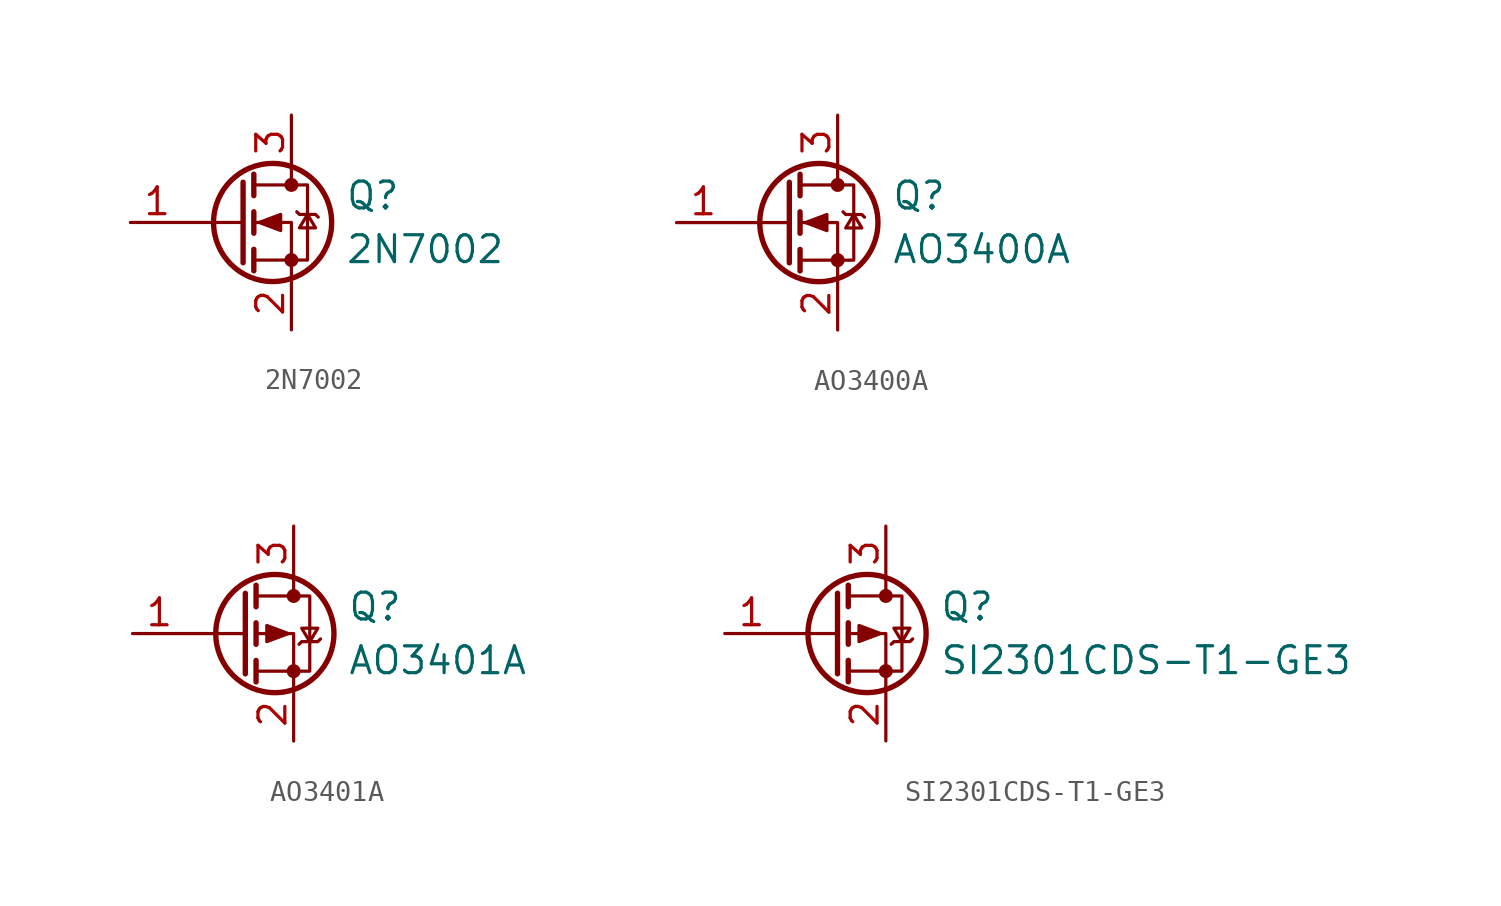
<source format=kicad_sym>
(kicad_symbol_lib
  (version 20241209)
  (generator "kicad_symbol_editor")
  (generator_version "9.0")
  (symbol "2N7002"
    (pin_names
      (offset 0)
      (hide yes))
    (property "Reference" "Q"
      (at 5.08 1.27 0)
      (effects (font (size 1.27 1.27)) (justify left)))
    (property "Value" "2N7002"
      (at 5.08 -1.27 0)
      (effects (font (size 1.27 1.27)) (justify left)))
    (symbol "2N7002_0_1"
      (polyline (pts (xy 0.254 1.905) (xy 0.254 -1.905)) (stroke (width 0.254) (type default)) (fill (type none)))
      (polyline (pts (xy 0.254 0) (xy -2.54 0)) (stroke (width 0) (type default)) (fill (type none)))
      (polyline (pts (xy 0.762 2.286) (xy 0.762 1.27)) (stroke (width 0.254) (type default)) (fill (type none)))
      (polyline (pts (xy 0.762 0.508) (xy 0.762 -0.508)) (stroke (width 0.254) (type default)) (fill (type none)))
      (polyline (pts (xy 0.762 -1.27) (xy 0.762 -2.286)) (stroke (width 0.254) (type default)) (fill (type none)))
      (polyline (pts (xy 0.762 -1.778) (xy 3.302 -1.778) (xy 3.302 1.778) (xy 0.762 1.778)) (stroke (width 0) (type default)) (fill (type none)))
      (polyline (pts (xy 1.016 0) (xy 2.032 0.381) (xy 2.032 -0.381) (xy 1.016 0)) (stroke (width 0) (type default)) (fill (type outline)))
      (circle (center 1.651 0) (radius 2.794) (stroke (width 0.254) (type default)) (fill (type none)))
      (polyline (pts (xy 2.54 2.54) (xy 2.54 1.778)) (stroke (width 0) (type default)) (fill (type none)))
      (circle (center 2.54 1.778) (radius 0.254) (stroke (width 0) (type default)) (fill (type outline)))
      (circle (center 2.54 -1.778) (radius 0.254) (stroke (width 0) (type default)) (fill (type outline)))
      (polyline (pts (xy 2.54 -2.54) (xy 2.54 0) (xy 0.762 0)) (stroke (width 0) (type default)) (fill (type none)))
      (polyline (pts (xy 2.794 0.508) (xy 2.921 0.381) (xy 3.683 0.381) (xy 3.81 0.254)) (stroke (width 0) (type default)) (fill (type none)))
      (polyline (pts (xy 3.302 0.381) (xy 2.921 -0.254) (xy 3.683 -0.254) (xy 3.302 0.381)) (stroke (width 0) (type default)) (fill (type none))))
    (symbol "2N7002_1_1"
      (pin input line (at -5.08 0 0) (length 2.54) (name "G" (effects (font (size 1.27 1.27)))) (number "1" (effects (font (size 1.27 1.27)))))
      (pin passive line (at 2.54 5.08 270) (length 2.54) (name "D" (effects (font (size 1.27 1.27)))) (number "3" (effects (font (size 1.27 1.27)))))
      (pin passive line (at 2.54 -5.08 90) (length 2.54) (name "S" (effects (font (size 1.27 1.27)))) (number "2" (effects (font (size 1.27 1.27)))))))
  (symbol "AO3400A"
    (pin_names
      (offset 0)
      (hide yes))
    (property "Reference" "Q"
      (at 5.08 1.27 0)
      (effects (font (size 1.27 1.27)) (justify left)))
    (property "Value" "AO3400A"
      (at 5.08 -1.27 0)
      (effects (font (size 1.27 1.27)) (justify left)))
    (symbol "AO3400A_0_1"
      (polyline (pts (xy 0.254 1.905) (xy 0.254 -1.905)) (stroke (width 0.254) (type default)) (fill (type none)))
      (polyline (pts (xy 0.254 0) (xy -2.54 0)) (stroke (width 0) (type default)) (fill (type none)))
      (polyline (pts (xy 0.762 2.286) (xy 0.762 1.27)) (stroke (width 0.254) (type default)) (fill (type none)))
      (polyline (pts (xy 0.762 0.508) (xy 0.762 -0.508)) (stroke (width 0.254) (type default)) (fill (type none)))
      (polyline (pts (xy 0.762 -1.27) (xy 0.762 -2.286)) (stroke (width 0.254) (type default)) (fill (type none)))
      (polyline (pts (xy 0.762 -1.778) (xy 3.302 -1.778) (xy 3.302 1.778) (xy 0.762 1.778)) (stroke (width 0) (type default)) (fill (type none)))
      (polyline (pts (xy 1.016 0) (xy 2.032 0.381) (xy 2.032 -0.381) (xy 1.016 0)) (stroke (width 0) (type default)) (fill (type outline)))
      (circle (center 1.651 0) (radius 2.794) (stroke (width 0.254) (type default)) (fill (type none)))
      (polyline (pts (xy 2.54 2.54) (xy 2.54 1.778)) (stroke (width 0) (type default)) (fill (type none)))
      (circle (center 2.54 1.778) (radius 0.254) (stroke (width 0) (type default)) (fill (type outline)))
      (circle (center 2.54 -1.778) (radius 0.254) (stroke (width 0) (type default)) (fill (type outline)))
      (polyline (pts (xy 2.54 -2.54) (xy 2.54 0) (xy 0.762 0)) (stroke (width 0) (type default)) (fill (type none)))
      (polyline (pts (xy 2.794 0.508) (xy 2.921 0.381) (xy 3.683 0.381) (xy 3.81 0.254)) (stroke (width 0) (type default)) (fill (type none)))
      (polyline (pts (xy 3.302 0.381) (xy 2.921 -0.254) (xy 3.683 -0.254) (xy 3.302 0.381)) (stroke (width 0) (type default)) (fill (type none))))
    (symbol "AO3400A_1_1"
      (pin input line (at -5.08 0 0) (length 2.54) (name "G" (effects (font (size 1.27 1.27)))) (number "1" (effects (font (size 1.27 1.27)))))
      (pin passive line (at 2.54 5.08 270) (length 2.54) (name "D" (effects (font (size 1.27 1.27)))) (number "3" (effects (font (size 1.27 1.27)))))
      (pin passive line (at 2.54 -5.08 90) (length 2.54) (name "S" (effects (font (size 1.27 1.27)))) (number "2" (effects (font (size 1.27 1.27)))))))
  (symbol "AO3401A"
    (pin_names
      (offset 0)
      (hide yes))
    (property "Reference" "Q"
      (at 5.08 1.27 0)
      (effects (font (size 1.27 1.27)) (justify left)))
    (property "Value" "AO3401A"
      (at 5.08 -1.27 0)
      (effects (font (size 1.27 1.27)) (justify left)))
    (symbol "AO3401A_0_1"
      (polyline (pts (xy 0.254 1.905) (xy 0.254 -1.905)) (stroke (width 0.254) (type default)) (fill (type none)))
      (polyline (pts (xy 0.254 0) (xy -2.54 0)) (stroke (width 0) (type default)) (fill (type none)))
      (polyline (pts (xy 0.762 2.286) (xy 0.762 1.27)) (stroke (width 0.254) (type default)) (fill (type none)))
      (polyline (pts (xy 0.762 1.778) (xy 3.302 1.778) (xy 3.302 -1.778) (xy 0.762 -1.778)) (stroke (width 0) (type default)) (fill (type none)))
      (polyline (pts (xy 0.762 0.508) (xy 0.762 -0.508)) (stroke (width 0.254) (type default)) (fill (type none)))
      (polyline (pts (xy 0.762 -1.27) (xy 0.762 -2.286)) (stroke (width 0.254) (type default)) (fill (type none)))
      (circle (center 1.651 0) (radius 2.794) (stroke (width 0.254) (type default)) (fill (type none)))
      (polyline (pts (xy 2.286 0) (xy 1.27 0.381) (xy 1.27 -0.381) (xy 2.286 0)) (stroke (width 0) (type default)) (fill (type outline)))
      (polyline (pts (xy 2.54 2.54) (xy 2.54 1.778)) (stroke (width 0) (type default)) (fill (type none)))
      (circle (center 2.54 1.778) (radius 0.254) (stroke (width 0) (type default)) (fill (type outline)))
      (circle (center 2.54 -1.778) (radius 0.254) (stroke (width 0) (type default)) (fill (type outline)))
      (polyline (pts (xy 2.54 -2.54) (xy 2.54 0) (xy 0.762 0)) (stroke (width 0) (type default)) (fill (type none)))
      (polyline (pts (xy 2.794 -0.508) (xy 2.921 -0.381) (xy 3.683 -0.381) (xy 3.81 -0.254)) (stroke (width 0) (type default)) (fill (type none)))
      (polyline (pts (xy 3.302 -0.381) (xy 2.921 0.254) (xy 3.683 0.254) (xy 3.302 -0.381)) (stroke (width 0) (type default)) (fill (type none))))
    (symbol "AO3401A_1_1"
      (pin input line (at -5.08 0 0) (length 2.54) (name "G" (effects (font (size 1.27 1.27)))) (number "1" (effects (font (size 1.27 1.27)))))
      (pin passive line (at 2.54 5.08 270) (length 2.54) (name "D" (effects (font (size 1.27 1.27)))) (number "3" (effects (font (size 1.27 1.27)))))
      (pin passive line (at 2.54 -5.08 90) (length 2.54) (name "S" (effects (font (size 1.27 1.27)))) (number "2" (effects (font (size 1.27 1.27)))))))
  (symbol "SI2301CDS-T1-GE3"
    (pin_names
      (offset 0)
      (hide yes))
    (property "Reference" "Q"
      (at 5.08 1.27 0)
      (effects (font (size 1.27 1.27)) (justify left)))
    (property "Value" "SI2301CDS-T1-GE3"
      (at 5.08 -1.27 0)
      (effects (font (size 1.27 1.27)) (justify left)))
    (symbol "SI2301CDS-T1-GE3_0_1"
      (polyline (pts (xy 0.254 1.905) (xy 0.254 -1.905)) (stroke (width 0.254) (type default)) (fill (type none)))
      (polyline (pts (xy 0.254 0) (xy -2.54 0)) (stroke (width 0) (type default)) (fill (type none)))
      (polyline (pts (xy 0.762 2.286) (xy 0.762 1.27)) (stroke (width 0.254) (type default)) (fill (type none)))
      (polyline (pts (xy 0.762 1.778) (xy 3.302 1.778) (xy 3.302 -1.778) (xy 0.762 -1.778)) (stroke (width 0) (type default)) (fill (type none)))
      (polyline (pts (xy 0.762 0.508) (xy 0.762 -0.508)) (stroke (width 0.254) (type default)) (fill (type none)))
      (polyline (pts (xy 0.762 -1.27) (xy 0.762 -2.286)) (stroke (width 0.254) (type default)) (fill (type none)))
      (circle (center 1.651 0) (radius 2.794) (stroke (width 0.254) (type default)) (fill (type none)))
      (polyline (pts (xy 2.286 0) (xy 1.27 0.381) (xy 1.27 -0.381) (xy 2.286 0)) (stroke (width 0) (type default)) (fill (type outline)))
      (polyline (pts (xy 2.54 2.54) (xy 2.54 1.778)) (stroke (width 0) (type default)) (fill (type none)))
      (circle (center 2.54 1.778) (radius 0.254) (stroke (width 0) (type default)) (fill (type outline)))
      (circle (center 2.54 -1.778) (radius 0.254) (stroke (width 0) (type default)) (fill (type outline)))
      (polyline (pts (xy 2.54 -2.54) (xy 2.54 0) (xy 0.762 0)) (stroke (width 0) (type default)) (fill (type none)))
      (polyline (pts (xy 2.794 -0.508) (xy 2.921 -0.381) (xy 3.683 -0.381) (xy 3.81 -0.254)) (stroke (width 0) (type default)) (fill (type none)))
      (polyline (pts (xy 3.302 -0.381) (xy 2.921 0.254) (xy 3.683 0.254) (xy 3.302 -0.381)) (stroke (width 0) (type default)) (fill (type none))))
    (symbol "SI2301CDS-T1-GE3_1_1"
      (pin input line (at -5.08 0 0) (length 2.54) (name "G" (effects (font (size 1.27 1.27)))) (number "1" (effects (font (size 1.27 1.27)))))
      (pin passive line (at 2.54 5.08 270) (length 2.54) (name "D" (effects (font (size 1.27 1.27)))) (number "3" (effects (font (size 1.27 1.27)))))
      (pin passive line (at 2.54 -5.08 90) (length 2.54) (name "S" (effects (font (size 1.27 1.27)))) (number "2" (effects (font (size 1.27 1.27))))))))
</source>
